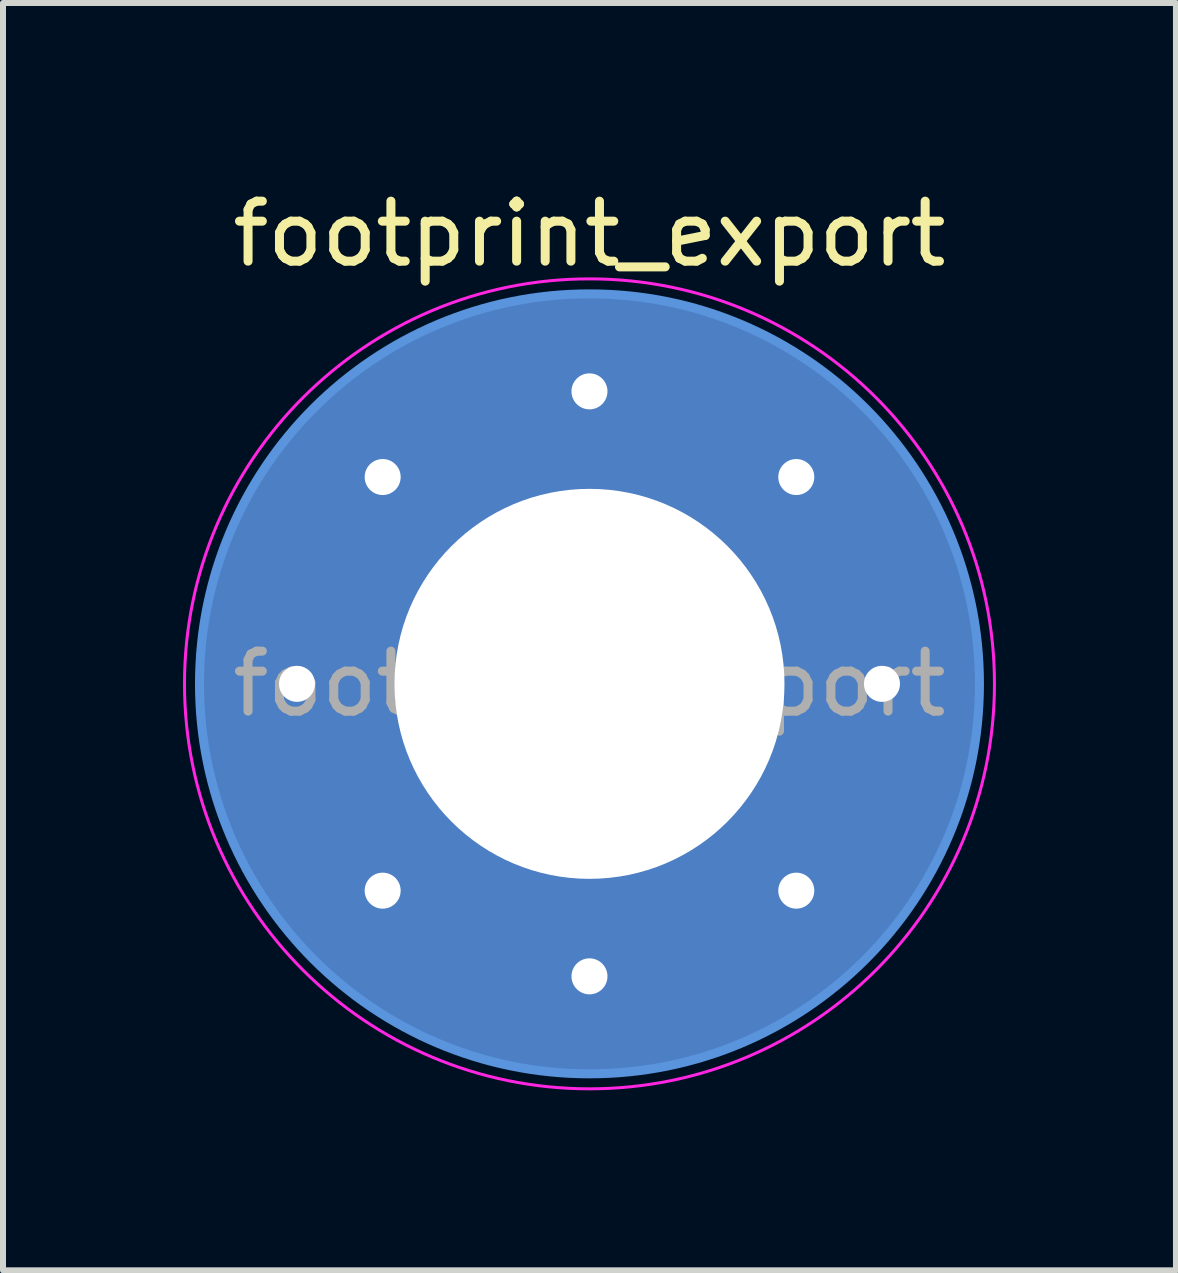
<source format=kicad_pcb>
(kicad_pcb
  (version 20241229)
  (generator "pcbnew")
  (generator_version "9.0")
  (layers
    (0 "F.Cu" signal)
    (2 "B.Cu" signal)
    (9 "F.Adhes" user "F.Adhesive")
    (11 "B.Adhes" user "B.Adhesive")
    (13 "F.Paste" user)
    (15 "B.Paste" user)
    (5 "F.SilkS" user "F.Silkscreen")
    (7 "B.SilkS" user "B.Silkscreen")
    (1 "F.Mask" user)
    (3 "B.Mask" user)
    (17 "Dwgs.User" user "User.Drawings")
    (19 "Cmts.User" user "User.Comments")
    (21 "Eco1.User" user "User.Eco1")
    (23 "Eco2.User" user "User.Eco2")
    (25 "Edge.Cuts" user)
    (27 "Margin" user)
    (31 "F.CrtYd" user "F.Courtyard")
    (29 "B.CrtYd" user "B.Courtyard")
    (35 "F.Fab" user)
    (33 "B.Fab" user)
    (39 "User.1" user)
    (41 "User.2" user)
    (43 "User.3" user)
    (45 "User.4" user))
  (footprint "footprint_export"
    (layer "F.Cu")
    (at 6.775 8.348)
    (property "Reference" "footprint_export" (at 0 -7.5 0) (layer "F.SilkS") (effects (font (size 1 1) (thickness 0.15))))
    (attr exclude_from_pos_files exclude_from_bom)
    (fp_circle (center 0 0) (end 6.5 0) (stroke (width 0.15) (type solid)) (fill no) (layer "Cmts.User"))
    (fp_circle (center 0 0) (end 6.75 0) (stroke (width 0.05) (type solid)) (fill no) (layer "F.CrtYd"))
    (fp_text user "${REFERENCE}" (at 0 0 0) (layer "F.Fab") (effects (font (size 1 1) (thickness 0.15))))
    (pad "1" thru_hole circle (at -4.875 0) (size 0.9 0.9) (drill 0.6) (layers "*.Cu" "*.Mask"))
    (pad "1" thru_hole circle (at -3.447 -3.447) (size 0.9 0.9) (drill 0.6) (layers "*.Cu" "*.Mask"))
    (pad "1" thru_hole circle (at -3.447 3.447) (size 0.9 0.9) (drill 0.6) (layers "*.Cu" "*.Mask"))
    (pad "1" thru_hole circle (at 0 -4.875) (size 0.9 0.9) (drill 0.6) (layers "*.Cu" "*.Mask"))
    (pad "1" thru_hole circle (at 0 0) (size 13 13) (drill 6.5) (layers "*.Cu" "*.Mask"))
    (pad "1" thru_hole circle (at 0 4.875) (size 0.9 0.9) (drill 0.6) (layers "*.Cu" "*.Mask"))
    (pad "1" thru_hole circle (at 3.447 -3.447) (size 0.9 0.9) (drill 0.6) (layers "*.Cu" "*.Mask"))
    (pad "1" thru_hole circle (at 3.447 3.447) (size 0.9 0.9) (drill 0.6) (layers "*.Cu" "*.Mask"))
    (pad "1" thru_hole circle (at 4.875 0) (size 0.9 0.9) (drill 0.6) (layers "*.Cu" "*.Mask")))
  (gr_rect
    (start -3 -3)
    (end 16.55 18.123)
    (stroke (width 0.1) (type default))
    (fill no)
    (layer "Edge.Cuts")))
</source>
